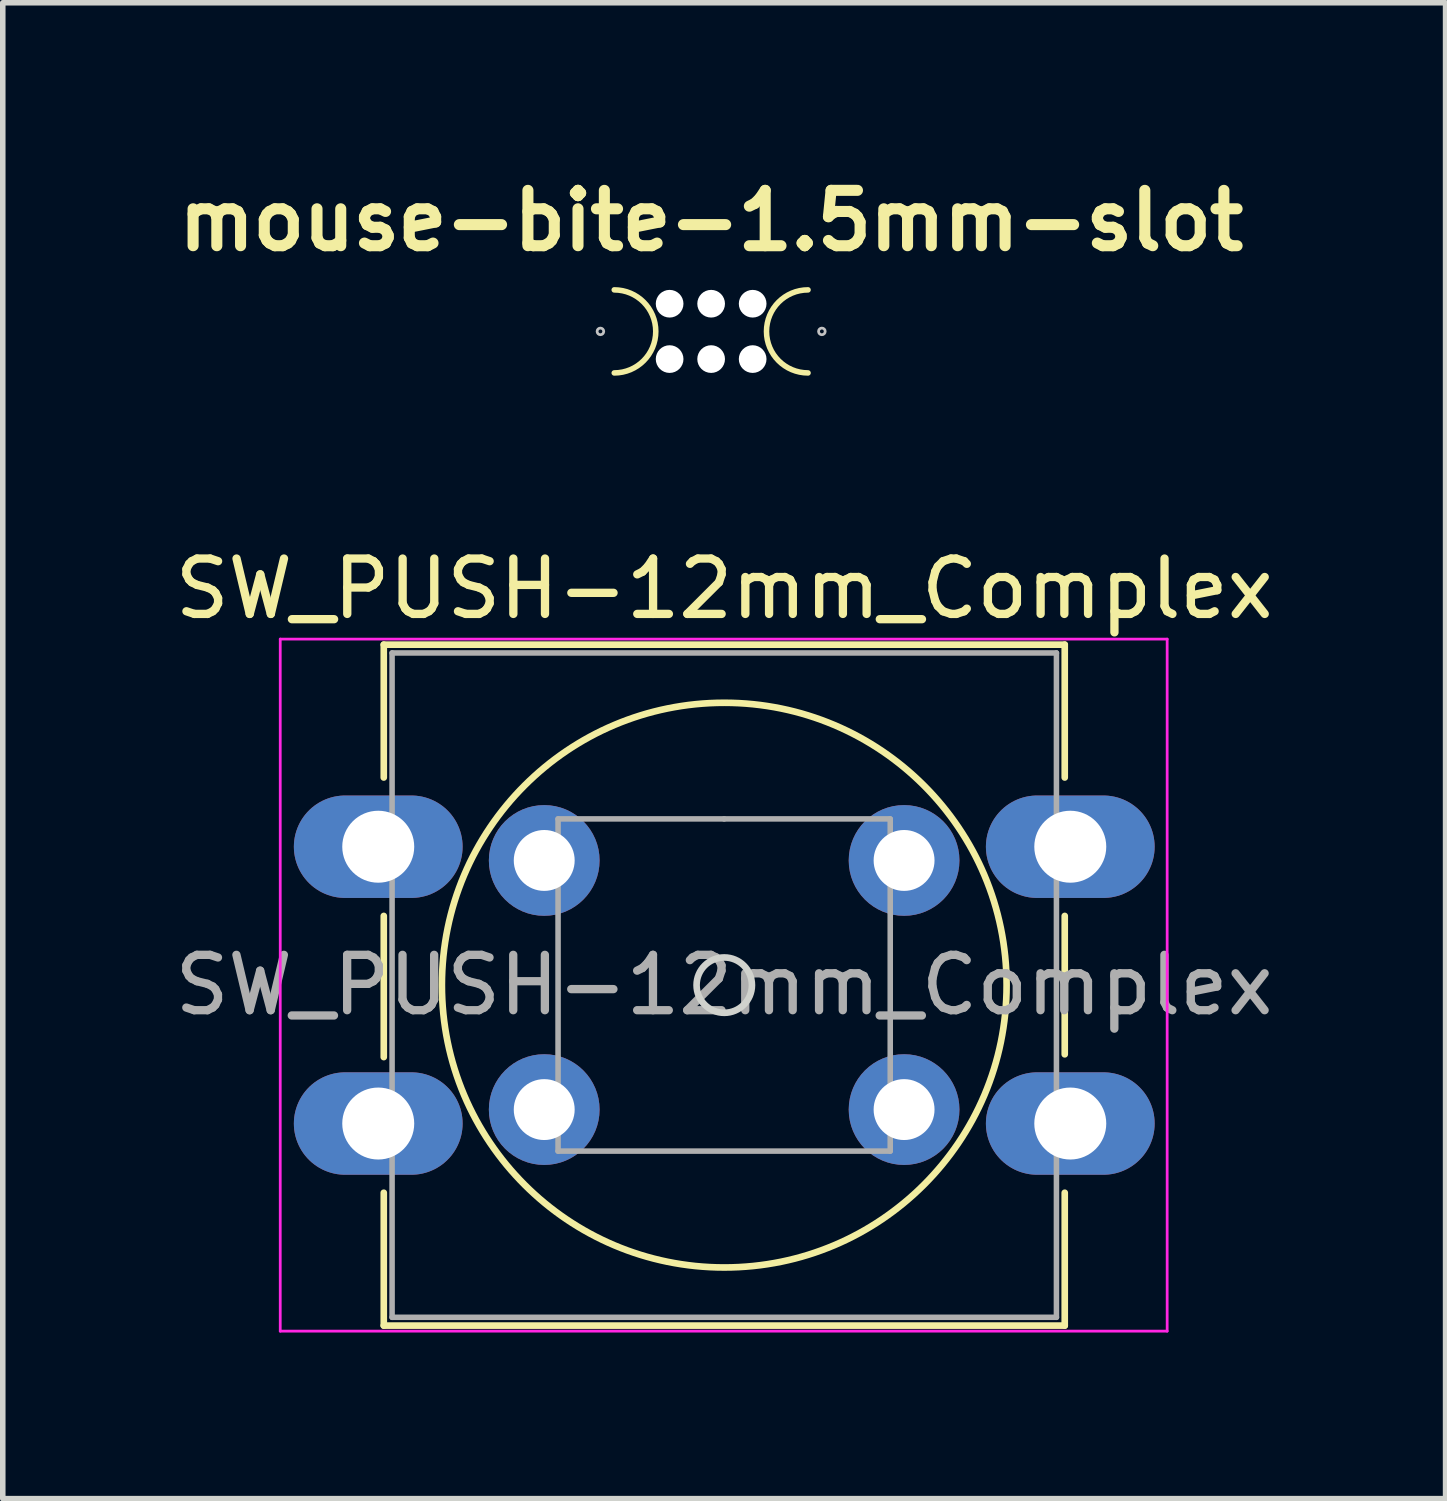
<source format=kicad_pcb>
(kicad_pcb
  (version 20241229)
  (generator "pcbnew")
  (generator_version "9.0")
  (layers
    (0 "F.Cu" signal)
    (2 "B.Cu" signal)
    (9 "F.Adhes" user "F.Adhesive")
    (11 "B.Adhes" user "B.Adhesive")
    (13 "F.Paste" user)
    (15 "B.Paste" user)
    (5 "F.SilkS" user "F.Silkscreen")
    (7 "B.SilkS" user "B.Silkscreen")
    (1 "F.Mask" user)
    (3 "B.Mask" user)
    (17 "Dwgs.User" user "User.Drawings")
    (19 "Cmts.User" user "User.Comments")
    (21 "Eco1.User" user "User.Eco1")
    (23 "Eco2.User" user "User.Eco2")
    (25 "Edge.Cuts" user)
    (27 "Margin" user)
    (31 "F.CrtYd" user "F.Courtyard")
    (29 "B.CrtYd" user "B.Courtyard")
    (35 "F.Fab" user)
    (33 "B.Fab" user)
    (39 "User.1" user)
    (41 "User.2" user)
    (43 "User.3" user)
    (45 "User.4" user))
  (footprint "SW_PUSH-12mm_Complex"
    (layer "F.Cu")
    (at 3.782 12.244)
    (property "Reference" "SW_PUSH-12mm_Complex" (at 6.25 -4.66 0) (layer "F.SilkS") (effects (font (size 1 1) (thickness 0.15))))
    (attr through_hole)
    (fp_line (start 0.1 -3.65) (end 12.4 -3.65) (stroke (width 0.12) (type solid)) (layer "F.SilkS"))
    (fp_line (start 0.1 -1.25) (end 0.1 -3.65) (stroke (width 0.12) (type solid)) (layer "F.SilkS"))
    (fp_line (start 0.1 3.8) (end 0.1 1.25) (stroke (width 0.12) (type solid)) (layer "F.SilkS"))
    (fp_line (start 0.1 8.65) (end 0.1 6.25) (stroke (width 0.12) (type solid)) (layer "F.SilkS"))
    (fp_line (start 12.4 -3.65) (end 12.4 -1.25) (stroke (width 0.12) (type solid)) (layer "F.SilkS"))
    (fp_line (start 12.4 1.25) (end 12.4 3.75) (stroke (width 0.12) (type solid)) (layer "F.SilkS"))
    (fp_line (start 12.4 6.25) (end 12.4 8.65) (stroke (width 0.12) (type solid)) (layer "F.SilkS"))
    (fp_line (start 12.4 8.65) (end 0.1 8.65) (stroke (width 0.12) (type solid)) (layer "F.SilkS"))
    (fp_circle (center 6.25 2.5) (end 11.35 2.5) (stroke (width 0.12) (type solid)) (fill no) (layer "F.SilkS"))
    (fp_circle (center 6.25 2.5) (end 6.75 2.5) (stroke (width 0.12) (type solid)) (fill no) (layer "Edge.Cuts"))
    (fp_line (start -1.77 -3.75) (end -1.77 8.75) (stroke (width 0.05) (type solid)) (layer "F.CrtYd"))
    (fp_line (start -1.77 -3.75) (end 14.25 -3.75) (stroke (width 0.05) (type solid)) (layer "F.CrtYd"))
    (fp_line (start 14.25 8.75) (end -1.77 8.75) (stroke (width 0.05) (type solid)) (layer "F.CrtYd"))
    (fp_line (start 14.25 8.75) (end 14.25 -3.75) (stroke (width 0.05) (type solid)) (layer "F.CrtYd"))
    (fp_line (start 0.25 -3.5) (end 0.25 8.5) (stroke (width 0.1) (type solid)) (layer "F.Fab"))
    (fp_line (start 0.25 -3.5) (end 12.25 -3.5) (stroke (width 0.1) (type solid)) (layer "F.Fab"))
    (fp_line (start 0.25 8.5) (end 12.25 8.5) (stroke (width 0.1) (type solid)) (layer "F.Fab"))
    (fp_line (start 3.248 -0.502) (end 6.248 -0.502) (stroke (width 0.1) (type solid)) (layer "F.Fab"))
    (fp_line (start 3.248 5.498) (end 3.248 -0.502) (stroke (width 0.1) (type solid)) (layer "F.Fab"))
    (fp_line (start 6.248 -0.502) (end 9.248 -0.502) (stroke (width 0.1) (type solid)) (layer "F.Fab"))
    (fp_line (start 9.248 -0.502) (end 9.248 5.498) (stroke (width 0.1) (type solid)) (layer "F.Fab"))
    (fp_line (start 9.248 5.498) (end 3.248 5.498) (stroke (width 0.1) (type solid)) (layer "F.Fab"))
    (fp_line (start 12.25 -3.5) (end 12.25 8.5) (stroke (width 0.1) (type solid)) (layer "F.Fab"))
    (fp_text user "${REFERENCE}" (at 6.248 2.498 0) (layer "F.Fab") (effects (font (size 1 1) (thickness 0.15))))
    (pad "1" thru_hole oval (at 0 0) (size 3.048 1.85) (drill 1.3) (layers "*.Cu" "*.Mask"))
    (pad "1" thru_hole circle (at 2.998 0.248 90) (size 2 2) (drill 1.1) (layers "*.Cu" "*.Mask"))
    (pad "1" thru_hole circle (at 9.498 0.248 90) (size 2 2) (drill 1.1) (layers "*.Cu" "*.Mask"))
    (pad "1" thru_hole oval (at 12.5 0) (size 3.048 1.85) (drill 1.3) (layers "*.Cu" "*.Mask"))
    (pad "2" thru_hole oval (at 0 5) (size 3.048 1.85) (drill 1.3) (layers "*.Cu" "*.Mask"))
    (pad "2" thru_hole circle (at 2.998 4.748 90) (size 2 2) (drill 1.1) (layers "*.Cu" "*.Mask"))
    (pad "2" thru_hole circle (at 9.498 4.748 90) (size 2 2) (drill 1.1) (layers "*.Cu" "*.Mask"))
    (pad "2" thru_hole oval (at 12.5 5) (size 3.048 1.85) (drill 1.3) (layers "*.Cu" "*.Mask")))
  (footprint "mouse-bite-1.5mm-slot"
    (layer "F.Cu")
    (at 9.795 2.936)
    (property "Reference" "mouse-bite-1.5mm-slot" (at 0 -2 0) (layer "F.SilkS") (effects (font (size 1 1) (thickness 0.2))))
    (attr through_hole)
    (fp_arc (start -1.75 -0.75) (mid -1 0) (end -1.75 0.75) (stroke (width 0.1) (type solid)) (layer "F.SilkS"))
    (fp_arc (start 1.75 0.75) (mid 1 0) (end 1.75 -0.75) (stroke (width 0.1) (type solid)) (layer "F.SilkS"))
    (fp_circle (center -2 0) (end -2 -0.06) (stroke (width 0.05) (type solid)) (fill no) (layer "Dwgs.User"))
    (fp_circle (center 2 0) (end 2.06 0) (stroke (width 0.05) (type solid)) (fill no) (layer "Dwgs.User"))
    (fp_line (start -1.75 0) (end -1.75 0) (stroke (width 1.5) (type solid)) (layer "Eco1.User"))
    (fp_line (start 1.75 0) (end 1.75 0) (stroke (width 1.5) (type solid)) (layer "Eco1.User"))
    (pad "" np_thru_hole circle (at -0.75 -0.5) (size 0.5 0.5) (drill 0.5) (layers "*.Cu" "*.Mask"))
    (pad "" np_thru_hole circle (at -0.75 0.5) (size 0.5 0.5) (drill 0.5) (layers "*.Cu" "*.Mask"))
    (pad "" np_thru_hole circle (at 0 -0.5) (size 0.5 0.5) (drill 0.5) (layers "*.Cu" "*.Mask"))
    (pad "" np_thru_hole circle (at 0 0.5) (size 0.5 0.5) (drill 0.5) (layers "*.Cu" "*.Mask"))
    (pad "" np_thru_hole circle (at 0.75 -0.5) (size 0.5 0.5) (drill 0.5) (layers "*.Cu" "*.Mask"))
    (pad "" np_thru_hole circle (at 0.75 0.5) (size 0.5 0.5) (drill 0.5) (layers "*.Cu" "*.Mask")))
  (gr_rect
    (start -3 -3)
    (end 23.061 24.019)
    (stroke (width 0.1) (type default))
    (fill no)
    (layer "Edge.Cuts")))
</source>
